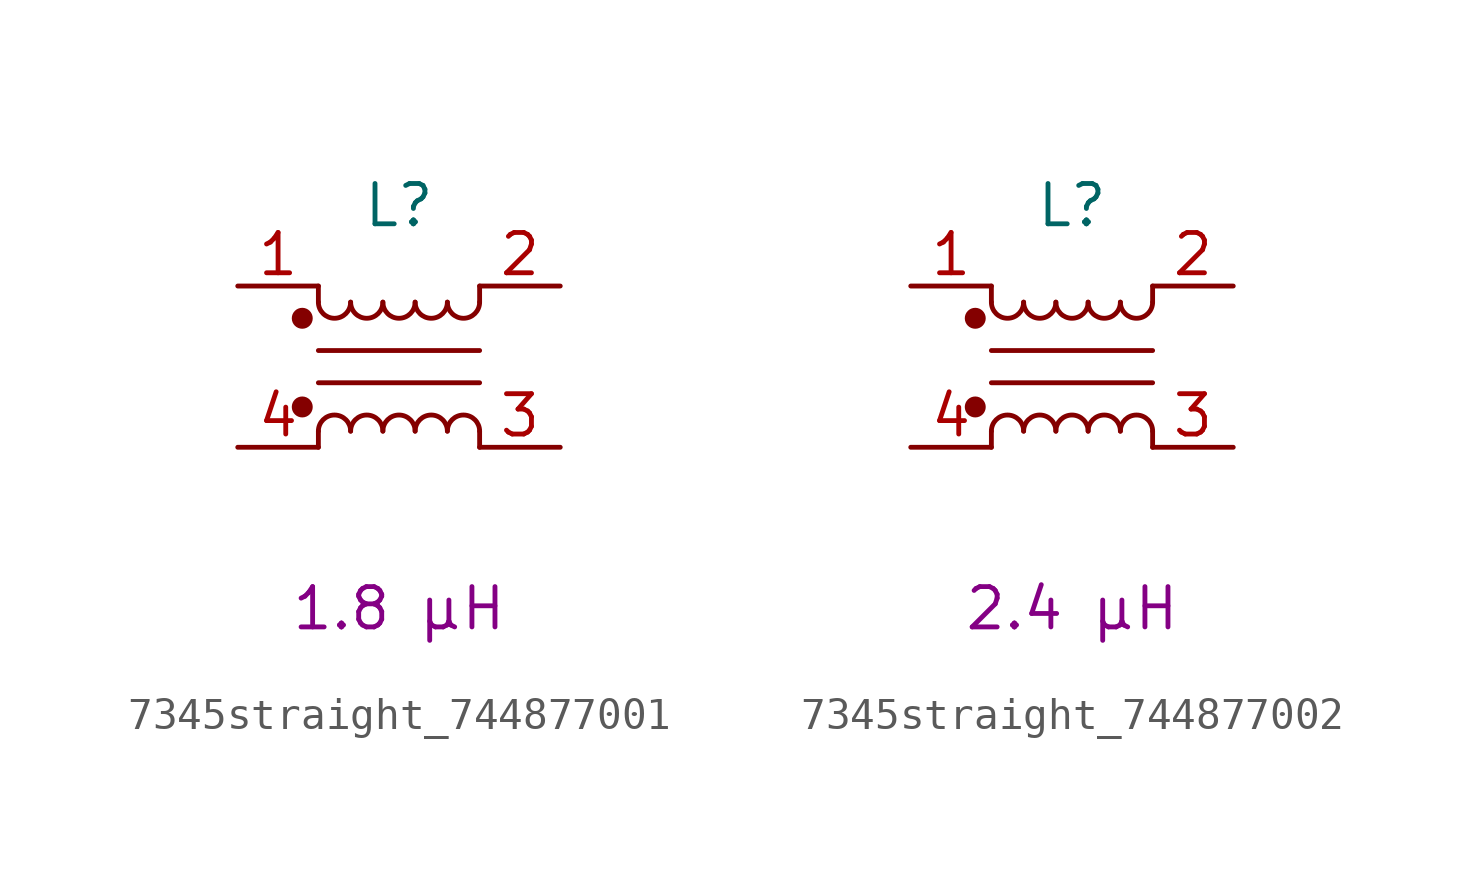
<source format=kicad_sym>
(kicad_symbol_lib
  (version 20241209)
  (generator "kicad_symbol_editor")
  (generator_version "9.0")
  (symbol "7345straight_744877001"
    (pin_names
      (hide yes))
    (property "Reference" "L"
      (at 0 5.08 0)
      (effects (font (size 1.27 1.27))))
    (property "Critical Parameter" "1.8 µH"
      (at 0 -7.62 0)
      (effects (font (size 1.27 1.27))))
    (symbol "7345straight_744877001_0_1"
      (circle (center -3.048 1.524) (radius 0.254) (stroke (width 0) (type default)) (fill (type outline)))
      (circle (center -3.048 -1.27) (radius 0.254) (stroke (width 0) (type default)) (fill (type outline)))
      (polyline (pts (xy -2.54 2.032) (xy -2.54 2.54)) (stroke (width 0) (type default)) (fill (type none)))
      (polyline (pts (xy -2.54 0.508) (xy 2.54 0.508)) (stroke (width 0) (type default)) (fill (type none)))
      (polyline (pts (xy -2.54 -2.032) (xy -2.54 -2.54)) (stroke (width 0) (type default)) (fill (type none)))
      (arc (start -1.524 2.032) (mid -2.032 1.5262) (end -2.54 2.032) (stroke (width 0) (type default)) (fill (type none)))
      (arc (start -2.54 -2.032) (mid -2.032 -1.5262) (end -1.524 -2.032) (stroke (width 0) (type default)) (fill (type none)))
      (arc (start -0.508 2.032) (mid -1.016 1.5262) (end -1.524 2.032) (stroke (width 0) (type default)) (fill (type none)))
      (arc (start -1.524 -2.032) (mid -1.016 -1.5262) (end -0.508 -2.032) (stroke (width 0) (type default)) (fill (type none)))
      (arc (start 0.508 2.032) (mid 0 1.5262) (end -0.508 2.032) (stroke (width 0) (type default)) (fill (type none)))
      (arc (start -0.508 -2.032) (mid 0 -1.5262) (end 0.508 -2.032) (stroke (width 0) (type default)) (fill (type none)))
      (arc (start 1.524 2.032) (mid 1.016 1.5262) (end 0.508 2.032) (stroke (width 0) (type default)) (fill (type none)))
      (arc (start 0.508 -2.032) (mid 1.016 -1.5262) (end 1.524 -2.032) (stroke (width 0) (type default)) (fill (type none)))
      (arc (start 2.54 2.032) (mid 2.032 1.5262) (end 1.524 2.032) (stroke (width 0) (type default)) (fill (type none)))
      (arc (start 1.524 -2.032) (mid 2.032 -1.5262) (end 2.54 -2.032) (stroke (width 0) (type default)) (fill (type none)))
      (polyline (pts (xy 2.54 2.54) (xy 2.54 2.032)) (stroke (width 0) (type default)) (fill (type none)))
      (polyline (pts (xy 2.54 -0.508) (xy -2.54 -0.508)) (stroke (width 0) (type default)) (fill (type none)))
      (polyline (pts (xy 2.54 -2.032) (xy 2.54 -2.54)) (stroke (width 0) (type default)) (fill (type none))))
    (symbol "7345straight_744877001_1_1"
      (pin passive line (at -5.08 2.54 0) (length 2.54) (name "1" (effects (font (size 1.27 1.27)))) (number "1" (effects (font (size 1.27 1.27)))))
      (pin passive line (at -5.08 -2.54 0) (length 2.54) (name "4" (effects (font (size 1.27 1.27)))) (number "4" (effects (font (size 1.27 1.27)))))
      (pin passive line (at 5.08 2.54 180) (length 2.54) (name "2" (effects (font (size 1.27 1.27)))) (number "2" (effects (font (size 1.27 1.27)))))
      (pin passive line (at 5.08 -2.54 180) (length 2.54) (name "3" (effects (font (size 1.27 1.27)))) (number "3" (effects (font (size 1.27 1.27)))))))
  (symbol "7345straight_744877002"
    (pin_names
      (hide yes))
    (property "Reference" "L"
      (at 0 5.08 0)
      (effects (font (size 1.27 1.27))))
    (property "Critical Parameter" "2.4 µH"
      (at 0 -7.62 0)
      (effects (font (size 1.27 1.27))))
    (symbol "7345straight_744877002_0_1"
      (circle (center -3.048 1.524) (radius 0.254) (stroke (width 0) (type default)) (fill (type outline)))
      (circle (center -3.048 -1.27) (radius 0.254) (stroke (width 0) (type default)) (fill (type outline)))
      (polyline (pts (xy -2.54 2.032) (xy -2.54 2.54)) (stroke (width 0) (type default)) (fill (type none)))
      (polyline (pts (xy -2.54 0.508) (xy 2.54 0.508)) (stroke (width 0) (type default)) (fill (type none)))
      (polyline (pts (xy -2.54 -2.032) (xy -2.54 -2.54)) (stroke (width 0) (type default)) (fill (type none)))
      (arc (start -1.524 2.032) (mid -2.032 1.5262) (end -2.54 2.032) (stroke (width 0) (type default)) (fill (type none)))
      (arc (start -2.54 -2.032) (mid -2.032 -1.5262) (end -1.524 -2.032) (stroke (width 0) (type default)) (fill (type none)))
      (arc (start -0.508 2.032) (mid -1.016 1.5262) (end -1.524 2.032) (stroke (width 0) (type default)) (fill (type none)))
      (arc (start -1.524 -2.032) (mid -1.016 -1.5262) (end -0.508 -2.032) (stroke (width 0) (type default)) (fill (type none)))
      (arc (start 0.508 2.032) (mid 0 1.5262) (end -0.508 2.032) (stroke (width 0) (type default)) (fill (type none)))
      (arc (start -0.508 -2.032) (mid 0 -1.5262) (end 0.508 -2.032) (stroke (width 0) (type default)) (fill (type none)))
      (arc (start 1.524 2.032) (mid 1.016 1.5262) (end 0.508 2.032) (stroke (width 0) (type default)) (fill (type none)))
      (arc (start 0.508 -2.032) (mid 1.016 -1.5262) (end 1.524 -2.032) (stroke (width 0) (type default)) (fill (type none)))
      (arc (start 2.54 2.032) (mid 2.032 1.5262) (end 1.524 2.032) (stroke (width 0) (type default)) (fill (type none)))
      (arc (start 1.524 -2.032) (mid 2.032 -1.5262) (end 2.54 -2.032) (stroke (width 0) (type default)) (fill (type none)))
      (polyline (pts (xy 2.54 2.54) (xy 2.54 2.032)) (stroke (width 0) (type default)) (fill (type none)))
      (polyline (pts (xy 2.54 -0.508) (xy -2.54 -0.508)) (stroke (width 0) (type default)) (fill (type none)))
      (polyline (pts (xy 2.54 -2.032) (xy 2.54 -2.54)) (stroke (width 0) (type default)) (fill (type none))))
    (symbol "7345straight_744877002_1_1"
      (pin passive line (at -5.08 2.54 0) (length 2.54) (name "1" (effects (font (size 1.27 1.27)))) (number "1" (effects (font (size 1.27 1.27)))))
      (pin passive line (at -5.08 -2.54 0) (length 2.54) (name "4" (effects (font (size 1.27 1.27)))) (number "4" (effects (font (size 1.27 1.27)))))
      (pin passive line (at 5.08 2.54 180) (length 2.54) (name "2" (effects (font (size 1.27 1.27)))) (number "2" (effects (font (size 1.27 1.27)))))
      (pin passive line (at 5.08 -2.54 180) (length 2.54) (name "3" (effects (font (size 1.27 1.27)))) (number "3" (effects (font (size 1.27 1.27))))))))
</source>
